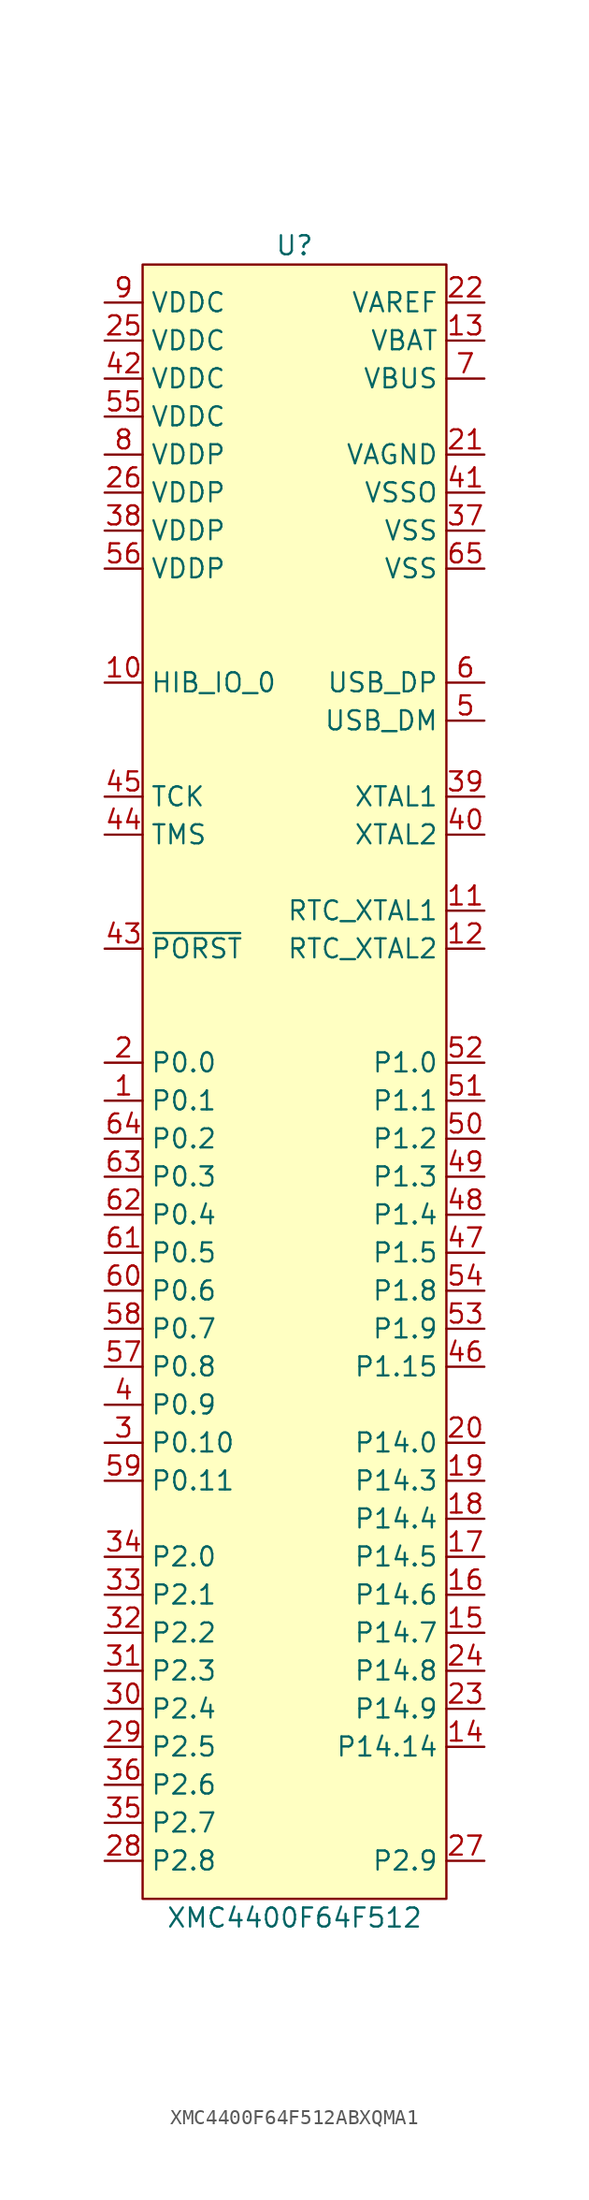
<source format=kicad_sym>
(kicad_symbol_lib
  (version 20220914)
  (generator kicad_symbol_editor)
  (symbol "XMC4400F64F512ABXQMA1"
    (property "Reference" "U"
      (at 0 55.88 0)
      (effects (font (size 1.27 1.27))))
    (property "Value" "XMC4400F64F512"
      (at 0 -55.88 0)
      (effects (font (size 1.27 1.27))))
    (symbol "XMC4400F64F512ABXQMA1_0_1"
      (rectangle (start -10.16 54.61) (end 10.16 -54.61) (stroke (width 0) (type default)) (fill (type background))))
    (symbol "XMC4400F64F512ABXQMA1_1_1"
      (pin bidirectional line (at -12.7 -1.27 0) (length 2.54) (name "P0.1" (effects (font (size 1.27 1.27)))) (number "1" (effects (font (size 1.27 1.27)))))
      (pin bidirectional line (at -12.7 26.67 0) (length 2.54) (name "HIB_IO_0" (effects (font (size 1.27 1.27)))) (number "10" (effects (font (size 1.27 1.27)))))
      (pin passive line (at 12.7 11.43 180) (length 2.54) (name "RTC_XTAL1" (effects (font (size 1.27 1.27)))) (number "11" (effects (font (size 1.27 1.27)))))
      (pin passive line (at 12.7 8.89 180) (length 2.54) (name "RTC_XTAL2" (effects (font (size 1.27 1.27)))) (number "12" (effects (font (size 1.27 1.27)))))
      (pin power_in line (at 12.7 49.53 180) (length 2.54) (name "VBAT" (effects (font (size 1.27 1.27)))) (number "13" (effects (font (size 1.27 1.27)))))
      (pin bidirectional line (at 12.7 -44.45 180) (length 2.54) (name "P14.14" (effects (font (size 1.27 1.27)))) (number "14" (effects (font (size 1.27 1.27)))))
      (pin bidirectional line (at 12.7 -36.83 180) (length 2.54) (name "P14.7" (effects (font (size 1.27 1.27)))) (number "15" (effects (font (size 1.27 1.27)))))
      (pin bidirectional line (at 12.7 -34.29 180) (length 2.54) (name "P14.6" (effects (font (size 1.27 1.27)))) (number "16" (effects (font (size 1.27 1.27)))))
      (pin bidirectional line (at 12.7 -31.75 180) (length 2.54) (name "P14.5" (effects (font (size 1.27 1.27)))) (number "17" (effects (font (size 1.27 1.27)))))
      (pin bidirectional line (at 12.7 -29.21 180) (length 2.54) (name "P14.4" (effects (font (size 1.27 1.27)))) (number "18" (effects (font (size 1.27 1.27)))))
      (pin bidirectional line (at 12.7 -26.67 180) (length 2.54) (name "P14.3" (effects (font (size 1.27 1.27)))) (number "19" (effects (font (size 1.27 1.27)))))
      (pin bidirectional line (at -12.7 1.27 0) (length 2.54) (name "P0.0" (effects (font (size 1.27 1.27)))) (number "2" (effects (font (size 1.27 1.27)))))
      (pin bidirectional line (at 12.7 -24.13 180) (length 2.54) (name "P14.0" (effects (font (size 1.27 1.27)))) (number "20" (effects (font (size 1.27 1.27)))))
      (pin power_in line (at 12.7 41.91 180) (length 2.54) (name "VAGND" (effects (font (size 1.27 1.27)))) (number "21" (effects (font (size 1.27 1.27)))))
      (pin power_in line (at 12.7 52.07 180) (length 2.54) (name "VAREF" (effects (font (size 1.27 1.27)))) (number "22" (effects (font (size 1.27 1.27)))))
      (pin bidirectional line (at 12.7 -41.91 180) (length 2.54) (name "P14.9" (effects (font (size 1.27 1.27)))) (number "23" (effects (font (size 1.27 1.27)))))
      (pin bidirectional line (at 12.7 -39.37 180) (length 2.54) (name "P14.8" (effects (font (size 1.27 1.27)))) (number "24" (effects (font (size 1.27 1.27)))))
      (pin power_in line (at -12.7 49.53 0) (length 2.54) (name "VDDC" (effects (font (size 1.27 1.27)))) (number "25" (effects (font (size 1.27 1.27)))))
      (pin power_in line (at -12.7 39.37 0) (length 2.54) (name "VDDP" (effects (font (size 1.27 1.27)))) (number "26" (effects (font (size 1.27 1.27)))))
      (pin bidirectional line (at 12.7 -52.07 180) (length 2.54) (name "P2.9" (effects (font (size 1.27 1.27)))) (number "27" (effects (font (size 1.27 1.27)))))
      (pin bidirectional line (at -12.7 -52.07 0) (length 2.54) (name "P2.8" (effects (font (size 1.27 1.27)))) (number "28" (effects (font (size 1.27 1.27)))))
      (pin bidirectional line (at -12.7 -44.45 0) (length 2.54) (name "P2.5" (effects (font (size 1.27 1.27)))) (number "29" (effects (font (size 1.27 1.27)))))
      (pin bidirectional line (at -12.7 -24.13 0) (length 2.54) (name "P0.10" (effects (font (size 1.27 1.27)))) (number "3" (effects (font (size 1.27 1.27)))))
      (pin bidirectional line (at -12.7 -41.91 0) (length 2.54) (name "P2.4" (effects (font (size 1.27 1.27)))) (number "30" (effects (font (size 1.27 1.27)))))
      (pin bidirectional line (at -12.7 -39.37 0) (length 2.54) (name "P2.3" (effects (font (size 1.27 1.27)))) (number "31" (effects (font (size 1.27 1.27)))))
      (pin bidirectional line (at -12.7 -36.83 0) (length 2.54) (name "P2.2" (effects (font (size 1.27 1.27)))) (number "32" (effects (font (size 1.27 1.27)))))
      (pin bidirectional line (at -12.7 -34.29 0) (length 2.54) (name "P2.1" (effects (font (size 1.27 1.27)))) (number "33" (effects (font (size 1.27 1.27)))))
      (pin bidirectional line (at -12.7 -31.75 0) (length 2.54) (name "P2.0" (effects (font (size 1.27 1.27)))) (number "34" (effects (font (size 1.27 1.27)))))
      (pin bidirectional line (at -12.7 -49.53 0) (length 2.54) (name "P2.7" (effects (font (size 1.27 1.27)))) (number "35" (effects (font (size 1.27 1.27)))))
      (pin bidirectional line (at -12.7 -46.99 0) (length 2.54) (name "P2.6" (effects (font (size 1.27 1.27)))) (number "36" (effects (font (size 1.27 1.27)))))
      (pin power_in line (at 12.7 36.83 180) (length 2.54) (name "VSS" (effects (font (size 1.27 1.27)))) (number "37" (effects (font (size 1.27 1.27)))))
      (pin power_in line (at -12.7 36.83 0) (length 2.54) (name "VDDP" (effects (font (size 1.27 1.27)))) (number "38" (effects (font (size 1.27 1.27)))))
      (pin passive line (at 12.7 19.05 180) (length 2.54) (name "XTAL1" (effects (font (size 1.27 1.27)))) (number "39" (effects (font (size 1.27 1.27)))))
      (pin bidirectional line (at -12.7 -21.59 0) (length 2.54) (name "P0.9" (effects (font (size 1.27 1.27)))) (number "4" (effects (font (size 1.27 1.27)))))
      (pin passive line (at 12.7 16.51 180) (length 2.54) (name "XTAL2" (effects (font (size 1.27 1.27)))) (number "40" (effects (font (size 1.27 1.27)))))
      (pin power_in line (at 12.7 39.37 180) (length 2.54) (name "VSSO" (effects (font (size 1.27 1.27)))) (number "41" (effects (font (size 1.27 1.27)))))
      (pin power_in line (at -12.7 46.99 0) (length 2.54) (name "VDDC" (effects (font (size 1.27 1.27)))) (number "42" (effects (font (size 1.27 1.27)))))
      (pin bidirectional line (at -12.7 8.89 0) (length 2.54) (name "~{PORST}" (effects (font (size 1.27 1.27)))) (number "43" (effects (font (size 1.27 1.27)))))
      (pin bidirectional line (at -12.7 16.51 0) (length 2.54) (name "TMS" (effects (font (size 1.27 1.27)))) (number "44" (effects (font (size 1.27 1.27)))))
      (pin input line (at -12.7 19.05 0) (length 2.54) (name "TCK" (effects (font (size 1.27 1.27)))) (number "45" (effects (font (size 1.27 1.27)))))
      (pin bidirectional line (at 12.7 -19.05 180) (length 2.54) (name "P1.15" (effects (font (size 1.27 1.27)))) (number "46" (effects (font (size 1.27 1.27)))))
      (pin bidirectional line (at 12.7 -11.43 180) (length 2.54) (name "P1.5" (effects (font (size 1.27 1.27)))) (number "47" (effects (font (size 1.27 1.27)))))
      (pin bidirectional line (at 12.7 -8.89 180) (length 2.54) (name "P1.4" (effects (font (size 1.27 1.27)))) (number "48" (effects (font (size 1.27 1.27)))))
      (pin bidirectional line (at 12.7 -6.35 180) (length 2.54) (name "P1.3" (effects (font (size 1.27 1.27)))) (number "49" (effects (font (size 1.27 1.27)))))
      (pin bidirectional line (at 12.7 24.13 180) (length 2.54) (name "USB_DM" (effects (font (size 1.27 1.27)))) (number "5" (effects (font (size 1.27 1.27)))))
      (pin bidirectional line (at 12.7 -3.81 180) (length 2.54) (name "P1.2" (effects (font (size 1.27 1.27)))) (number "50" (effects (font (size 1.27 1.27)))))
      (pin bidirectional line (at 12.7 -1.27 180) (length 2.54) (name "P1.1" (effects (font (size 1.27 1.27)))) (number "51" (effects (font (size 1.27 1.27)))))
      (pin bidirectional line (at 12.7 1.27 180) (length 2.54) (name "P1.0" (effects (font (size 1.27 1.27)))) (number "52" (effects (font (size 1.27 1.27)))))
      (pin bidirectional line (at 12.7 -16.51 180) (length 2.54) (name "P1.9" (effects (font (size 1.27 1.27)))) (number "53" (effects (font (size 1.27 1.27)))))
      (pin bidirectional line (at 12.7 -13.97 180) (length 2.54) (name "P1.8" (effects (font (size 1.27 1.27)))) (number "54" (effects (font (size 1.27 1.27)))))
      (pin power_in line (at -12.7 44.45 0) (length 2.54) (name "VDDC" (effects (font (size 1.27 1.27)))) (number "55" (effects (font (size 1.27 1.27)))))
      (pin power_in line (at -12.7 34.29 0) (length 2.54) (name "VDDP" (effects (font (size 1.27 1.27)))) (number "56" (effects (font (size 1.27 1.27)))))
      (pin bidirectional line (at -12.7 -19.05 0) (length 2.54) (name "P0.8" (effects (font (size 1.27 1.27)))) (number "57" (effects (font (size 1.27 1.27)))))
      (pin bidirectional line (at -12.7 -16.51 0) (length 2.54) (name "P0.7" (effects (font (size 1.27 1.27)))) (number "58" (effects (font (size 1.27 1.27)))))
      (pin bidirectional line (at -12.7 -26.67 0) (length 2.54) (name "P0.11" (effects (font (size 1.27 1.27)))) (number "59" (effects (font (size 1.27 1.27)))))
      (pin bidirectional line (at 12.7 26.67 180) (length 2.54) (name "USB_DP" (effects (font (size 1.27 1.27)))) (number "6" (effects (font (size 1.27 1.27)))))
      (pin bidirectional line (at -12.7 -13.97 0) (length 2.54) (name "P0.6" (effects (font (size 1.27 1.27)))) (number "60" (effects (font (size 1.27 1.27)))))
      (pin bidirectional line (at -12.7 -11.43 0) (length 2.54) (name "P0.5" (effects (font (size 1.27 1.27)))) (number "61" (effects (font (size 1.27 1.27)))))
      (pin bidirectional line (at -12.7 -8.89 0) (length 2.54) (name "P0.4" (effects (font (size 1.27 1.27)))) (number "62" (effects (font (size 1.27 1.27)))))
      (pin bidirectional line (at -12.7 -6.35 0) (length 2.54) (name "P0.3" (effects (font (size 1.27 1.27)))) (number "63" (effects (font (size 1.27 1.27)))))
      (pin bidirectional line (at -12.7 -3.81 0) (length 2.54) (name "P0.2" (effects (font (size 1.27 1.27)))) (number "64" (effects (font (size 1.27 1.27)))))
      (pin power_in line (at 12.7 34.29 180) (length 2.54) (name "VSS" (effects (font (size 1.27 1.27)))) (number "65" (effects (font (size 1.27 1.27)))))
      (pin power_in line (at 12.7 46.99 180) (length 2.54) (name "VBUS" (effects (font (size 1.27 1.27)))) (number "7" (effects (font (size 1.27 1.27)))))
      (pin power_in line (at -12.7 41.91 0) (length 2.54) (name "VDDP" (effects (font (size 1.27 1.27)))) (number "8" (effects (font (size 1.27 1.27)))))
      (pin power_in line (at -12.7 52.07 0) (length 2.54) (name "VDDC" (effects (font (size 1.27 1.27)))) (number "9" (effects (font (size 1.27 1.27))))))))
</source>
